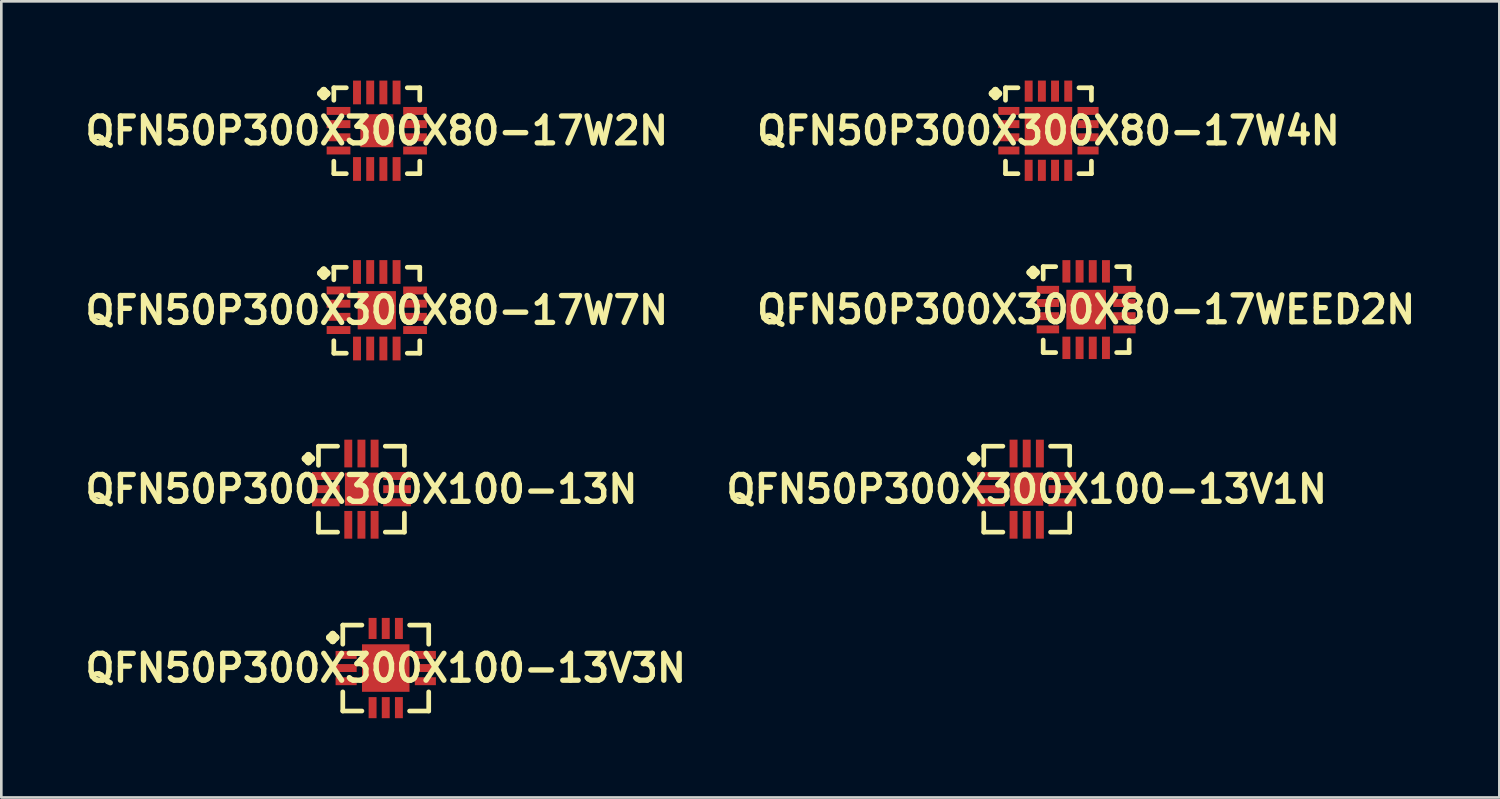
<source format=kicad_pcb>
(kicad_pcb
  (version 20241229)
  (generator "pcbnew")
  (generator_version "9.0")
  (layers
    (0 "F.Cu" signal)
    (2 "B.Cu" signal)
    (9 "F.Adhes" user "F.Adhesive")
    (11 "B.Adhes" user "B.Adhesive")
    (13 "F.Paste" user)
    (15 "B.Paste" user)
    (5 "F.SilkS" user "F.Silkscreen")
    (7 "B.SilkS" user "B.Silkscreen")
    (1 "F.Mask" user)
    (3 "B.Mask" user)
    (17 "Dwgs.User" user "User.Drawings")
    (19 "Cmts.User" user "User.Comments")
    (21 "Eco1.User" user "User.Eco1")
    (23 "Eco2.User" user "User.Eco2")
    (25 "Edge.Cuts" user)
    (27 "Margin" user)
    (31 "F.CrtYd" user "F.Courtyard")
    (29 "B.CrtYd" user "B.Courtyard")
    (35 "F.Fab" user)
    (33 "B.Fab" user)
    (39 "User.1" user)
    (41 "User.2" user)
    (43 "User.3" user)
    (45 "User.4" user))
  (footprint "QFN50P300X300X100-13V3N"
    (layer "F.Cu")
    (at 11.549 22.233)
    (property "Reference" "QFN50P300X300X100-13V3N" (at 0 0 0) (layer "F.SilkS") (effects (font (size 1.016 1.016) (thickness 0.203))))
    (attr smd)
    (fp_line (start -2.134 -1.156) (end -2.007 -1.283) (stroke (width 0.254) (type solid)) (layer "F.SilkS"))
    (fp_line (start -2.007 -1.283) (end -1.88 -1.156) (stroke (width 0.254) (type solid)) (layer "F.SilkS"))
    (fp_line (start -2.007 -1.029) (end -2.134 -1.156) (stroke (width 0.254) (type solid)) (layer "F.SilkS"))
    (fp_line (start -1.88 -1.156) (end -2.007 -1.029) (stroke (width 0.254) (type solid)) (layer "F.SilkS"))
    (fp_line (start -1.626 -1.626) (end -0.902 -1.626) (stroke (width 0.178) (type solid)) (layer "F.SilkS"))
    (fp_line (start -1.626 -0.902) (end -1.626 -1.626) (stroke (width 0.178) (type solid)) (layer "F.SilkS"))
    (fp_line (start -1.626 0.902) (end -1.626 1.626) (stroke (width 0.178) (type solid)) (layer "F.SilkS"))
    (fp_line (start -1.626 1.626) (end -0.902 1.626) (stroke (width 0.178) (type solid)) (layer "F.SilkS"))
    (fp_line (start 0.902 -1.626) (end 1.626 -1.626) (stroke (width 0.178) (type solid)) (layer "F.SilkS"))
    (fp_line (start 0.902 1.626) (end 1.626 1.626) (stroke (width 0.178) (type solid)) (layer "F.SilkS"))
    (fp_line (start 1.626 -1.626) (end 1.626 -0.902) (stroke (width 0.178) (type solid)) (layer "F.SilkS"))
    (fp_line (start 1.626 1.626) (end 1.626 0.902) (stroke (width 0.178) (type solid)) (layer "F.SilkS"))
    (pad "1" smd rect (at -1.499 -0.498) (size 0.798 0.3) (layers "F.Cu" "F.Mask" "F.Paste"))
    (pad "2" smd rect (at -1.499 0) (size 0.798 0.3) (layers "F.Cu" "F.Mask" "F.Paste"))
    (pad "3" smd rect (at -1.499 0.498) (size 0.798 0.3) (layers "F.Cu" "F.Mask" "F.Paste"))
    (pad "4" smd rect (at -0.498 1.499) (size 0.3 0.798) (layers "F.Cu" "F.Mask" "F.Paste"))
    (pad "5" smd rect (at 0 1.499) (size 0.3 0.798) (layers "F.Cu" "F.Mask" "F.Paste"))
    (pad "6" smd rect (at 0.498 1.499) (size 0.3 0.798) (layers "F.Cu" "F.Mask" "F.Paste"))
    (pad "7" smd rect (at 1.499 0.498) (size 0.798 0.3) (layers "F.Cu" "F.Mask" "F.Paste"))
    (pad "8" smd rect (at 1.499 0) (size 0.798 0.3) (layers "F.Cu" "F.Mask" "F.Paste"))
    (pad "9" smd rect (at 1.499 -0.498) (size 0.798 0.3) (layers "F.Cu" "F.Mask" "F.Paste"))
    (pad "10" smd rect (at 0.498 -1.499) (size 0.3 0.798) (layers "F.Cu" "F.Mask" "F.Paste"))
    (pad "11" smd rect (at 0 -1.499) (size 0.3 0.798) (layers "F.Cu" "F.Mask" "F.Paste"))
    (pad "12" smd rect (at -0.498 -1.499) (size 0.3 0.798) (layers "F.Cu" "F.Mask" "F.Paste"))
    (pad "13" smd rect (at 0 0) (size 1.798 1.798) (layers "F.Cu" "F.Mask" "F.Paste")))
  (footprint "QFN50P300X300X80-17W2N"
    (layer "F.Cu")
    (at 11.21 1.897)
    (property "Reference" "QFN50P300X300X80-17W2N" (at 0 0 0) (layer "F.SilkS") (effects (font (size 1.016 1.016) (thickness 0.203))))
    (attr smd)
    (fp_line (start -2.134 -1.407) (end -2.007 -1.534) (stroke (width 0.254) (type solid)) (layer "F.SilkS"))
    (fp_line (start -2.007 -1.534) (end -1.88 -1.407) (stroke (width 0.254) (type solid)) (layer "F.SilkS"))
    (fp_line (start -2.007 -1.28) (end -2.134 -1.407) (stroke (width 0.254) (type solid)) (layer "F.SilkS"))
    (fp_line (start -1.88 -1.407) (end -2.007 -1.28) (stroke (width 0.254) (type solid)) (layer "F.SilkS"))
    (fp_line (start -1.626 -1.626) (end -1.153 -1.626) (stroke (width 0.178) (type solid)) (layer "F.SilkS"))
    (fp_line (start -1.626 -1.153) (end -1.626 -1.626) (stroke (width 0.178) (type solid)) (layer "F.SilkS"))
    (fp_line (start -1.626 1.153) (end -1.626 1.626) (stroke (width 0.178) (type solid)) (layer "F.SilkS"))
    (fp_line (start -1.626 1.626) (end -1.153 1.626) (stroke (width 0.178) (type solid)) (layer "F.SilkS"))
    (fp_line (start 1.153 -1.626) (end 1.626 -1.626) (stroke (width 0.178) (type solid)) (layer "F.SilkS"))
    (fp_line (start 1.153 1.626) (end 1.626 1.626) (stroke (width 0.178) (type solid)) (layer "F.SilkS"))
    (fp_line (start 1.626 -1.626) (end 1.626 -1.153) (stroke (width 0.178) (type solid)) (layer "F.SilkS"))
    (fp_line (start 1.626 1.626) (end 1.626 1.153) (stroke (width 0.178) (type solid)) (layer "F.SilkS"))
    (pad "1" smd rect (at -1.448 -0.749) (size 0.899 0.3) (layers "F.Cu" "F.Mask" "F.Paste"))
    (pad "2" smd rect (at -1.448 -0.249) (size 0.899 0.3) (layers "F.Cu" "F.Mask" "F.Paste"))
    (pad "3" smd rect (at -1.448 0.249) (size 0.899 0.3) (layers "F.Cu" "F.Mask" "F.Paste"))
    (pad "4" smd rect (at -1.448 0.749) (size 0.899 0.3) (layers "F.Cu" "F.Mask" "F.Paste"))
    (pad "5" smd rect (at -0.749 1.448) (size 0.3 0.899) (layers "F.Cu" "F.Mask" "F.Paste"))
    (pad "6" smd rect (at -0.249 1.448) (size 0.3 0.899) (layers "F.Cu" "F.Mask" "F.Paste"))
    (pad "7" smd rect (at 0.249 1.448) (size 0.3 0.899) (layers "F.Cu" "F.Mask" "F.Paste"))
    (pad "8" smd rect (at 0.749 1.448) (size 0.3 0.899) (layers "F.Cu" "F.Mask" "F.Paste"))
    (pad "9" smd rect (at 1.448 0.749) (size 0.899 0.3) (layers "F.Cu" "F.Mask" "F.Paste"))
    (pad "10" smd rect (at 1.448 0.249) (size 0.899 0.3) (layers "F.Cu" "F.Mask" "F.Paste"))
    (pad "11" smd rect (at 1.448 -0.249) (size 0.899 0.3) (layers "F.Cu" "F.Mask" "F.Paste"))
    (pad "12" smd rect (at 1.448 -0.749) (size 0.899 0.3) (layers "F.Cu" "F.Mask" "F.Paste"))
    (pad "13" smd rect (at 0.749 -1.448) (size 0.3 0.899) (layers "F.Cu" "F.Mask" "F.Paste"))
    (pad "14" smd rect (at 0.249 -1.448) (size 0.3 0.899) (layers "F.Cu" "F.Mask" "F.Paste"))
    (pad "15" smd rect (at -0.249 -1.448) (size 0.3 0.899) (layers "F.Cu" "F.Mask" "F.Paste"))
    (pad "16" smd rect (at -0.749 -1.448) (size 0.3 0.899) (layers "F.Cu" "F.Mask" "F.Paste"))
    (pad "17" smd rect (at 0 0) (size 1.25 1.25) (layers "F.Cu" "F.Mask" "F.Paste")))
  (footprint "QFN50P300X300X100-13V1N"
    (layer "F.Cu")
    (at 35.807 15.463)
    (property "Reference" "QFN50P300X300X100-13V1N" (at 0 0 0) (layer "F.SilkS") (effects (font (size 1.016 1.016) (thickness 0.203))))
    (attr smd)
    (fp_line (start -2.134 -1.156) (end -2.007 -1.283) (stroke (width 0.254) (type solid)) (layer "F.SilkS"))
    (fp_line (start -2.007 -1.283) (end -1.88 -1.156) (stroke (width 0.254) (type solid)) (layer "F.SilkS"))
    (fp_line (start -2.007 -1.029) (end -2.134 -1.156) (stroke (width 0.254) (type solid)) (layer "F.SilkS"))
    (fp_line (start -1.88 -1.156) (end -2.007 -1.029) (stroke (width 0.254) (type solid)) (layer "F.SilkS"))
    (fp_line (start -1.626 -1.626) (end -0.902 -1.626) (stroke (width 0.178) (type solid)) (layer "F.SilkS"))
    (fp_line (start -1.626 -0.902) (end -1.626 -1.626) (stroke (width 0.178) (type solid)) (layer "F.SilkS"))
    (fp_line (start -1.626 0.902) (end -1.626 1.626) (stroke (width 0.178) (type solid)) (layer "F.SilkS"))
    (fp_line (start -1.626 1.626) (end -0.902 1.626) (stroke (width 0.178) (type solid)) (layer "F.SilkS"))
    (fp_line (start 0.902 -1.626) (end 1.626 -1.626) (stroke (width 0.178) (type solid)) (layer "F.SilkS"))
    (fp_line (start 0.902 1.626) (end 1.626 1.626) (stroke (width 0.178) (type solid)) (layer "F.SilkS"))
    (fp_line (start 1.626 -1.626) (end 1.626 -0.902) (stroke (width 0.178) (type solid)) (layer "F.SilkS"))
    (fp_line (start 1.626 1.626) (end 1.626 0.902) (stroke (width 0.178) (type solid)) (layer "F.SilkS"))
    (pad "1" smd rect (at -1.349 -0.498) (size 1.049 0.3) (layers "F.Cu" "F.Mask" "F.Paste"))
    (pad "2" smd rect (at -1.349 0) (size 1.049 0.3) (layers "F.Cu" "F.Mask" "F.Paste"))
    (pad "3" smd rect (at -1.349 0.498) (size 1.049 0.3) (layers "F.Cu" "F.Mask" "F.Paste"))
    (pad "4" smd rect (at -0.498 1.349) (size 0.3 1.049) (layers "F.Cu" "F.Mask" "F.Paste"))
    (pad "5" smd rect (at 0 1.349) (size 0.3 1.049) (layers "F.Cu" "F.Mask" "F.Paste"))
    (pad "6" smd rect (at 0.498 1.349) (size 0.3 1.049) (layers "F.Cu" "F.Mask" "F.Paste"))
    (pad "7" smd rect (at 1.349 0.498) (size 1.049 0.3) (layers "F.Cu" "F.Mask" "F.Paste"))
    (pad "8" smd rect (at 1.349 0) (size 1.049 0.3) (layers "F.Cu" "F.Mask" "F.Paste"))
    (pad "9" smd rect (at 1.349 -0.498) (size 1.049 0.3) (layers "F.Cu" "F.Mask" "F.Paste"))
    (pad "10" smd rect (at 0.498 -1.349) (size 0.3 1.049) (layers "F.Cu" "F.Mask" "F.Paste"))
    (pad "11" smd rect (at 0 -1.349) (size 0.3 1.049) (layers "F.Cu" "F.Mask" "F.Paste"))
    (pad "12" smd rect (at -0.498 -1.349) (size 0.3 1.049) (layers "F.Cu" "F.Mask" "F.Paste"))
    (pad "13" smd rect (at 0 0) (size 1.25 1.25) (layers "F.Cu" "F.Mask" "F.Paste")))
  (footprint "QFN50P300X300X80-17W4N"
    (layer "F.Cu")
    (at 36.63 1.897)
    (property "Reference" "QFN50P300X300X80-17W4N" (at 0 0 0) (layer "F.SilkS") (effects (font (size 1.016 1.016) (thickness 0.203))))
    (attr smd)
    (fp_line (start -2.134 -1.407) (end -2.007 -1.534) (stroke (width 0.254) (type solid)) (layer "F.SilkS"))
    (fp_line (start -2.007 -1.534) (end -1.88 -1.407) (stroke (width 0.254) (type solid)) (layer "F.SilkS"))
    (fp_line (start -2.007 -1.28) (end -2.134 -1.407) (stroke (width 0.254) (type solid)) (layer "F.SilkS"))
    (fp_line (start -1.88 -1.407) (end -2.007 -1.28) (stroke (width 0.254) (type solid)) (layer "F.SilkS"))
    (fp_line (start -1.626 -1.626) (end -1.153 -1.626) (stroke (width 0.178) (type solid)) (layer "F.SilkS"))
    (fp_line (start -1.626 -1.153) (end -1.626 -1.626) (stroke (width 0.178) (type solid)) (layer "F.SilkS"))
    (fp_line (start -1.626 1.153) (end -1.626 1.626) (stroke (width 0.178) (type solid)) (layer "F.SilkS"))
    (fp_line (start -1.626 1.626) (end -1.153 1.626) (stroke (width 0.178) (type solid)) (layer "F.SilkS"))
    (fp_line (start 1.153 -1.626) (end 1.626 -1.626) (stroke (width 0.178) (type solid)) (layer "F.SilkS"))
    (fp_line (start 1.153 1.626) (end 1.626 1.626) (stroke (width 0.178) (type solid)) (layer "F.SilkS"))
    (fp_line (start 1.626 -1.626) (end 1.626 -1.153) (stroke (width 0.178) (type solid)) (layer "F.SilkS"))
    (fp_line (start 1.626 1.626) (end 1.626 1.153) (stroke (width 0.178) (type solid)) (layer "F.SilkS"))
    (pad "1" smd rect (at -1.499 -0.749) (size 0.798 0.3) (layers "F.Cu" "F.Mask" "F.Paste"))
    (pad "2" smd rect (at -1.499 -0.249) (size 0.798 0.3) (layers "F.Cu" "F.Mask" "F.Paste"))
    (pad "3" smd rect (at -1.499 0.249) (size 0.798 0.3) (layers "F.Cu" "F.Mask" "F.Paste"))
    (pad "4" smd rect (at -1.499 0.749) (size 0.798 0.3) (layers "F.Cu" "F.Mask" "F.Paste"))
    (pad "5" smd rect (at -0.749 1.499) (size 0.3 0.798) (layers "F.Cu" "F.Mask" "F.Paste"))
    (pad "6" smd rect (at -0.249 1.499) (size 0.3 0.798) (layers "F.Cu" "F.Mask" "F.Paste"))
    (pad "7" smd rect (at 0.249 1.499) (size 0.3 0.798) (layers "F.Cu" "F.Mask" "F.Paste"))
    (pad "8" smd rect (at 0.749 1.499) (size 0.3 0.798) (layers "F.Cu" "F.Mask" "F.Paste"))
    (pad "9" smd rect (at 1.499 0.749) (size 0.798 0.3) (layers "F.Cu" "F.Mask" "F.Paste"))
    (pad "10" smd rect (at 1.499 0.249) (size 0.798 0.3) (layers "F.Cu" "F.Mask" "F.Paste"))
    (pad "11" smd rect (at 1.499 -0.249) (size 0.798 0.3) (layers "F.Cu" "F.Mask" "F.Paste"))
    (pad "12" smd rect (at 1.499 -0.749) (size 0.798 0.3) (layers "F.Cu" "F.Mask" "F.Paste"))
    (pad "13" smd rect (at 0.749 -1.499) (size 0.3 0.798) (layers "F.Cu" "F.Mask" "F.Paste"))
    (pad "14" smd rect (at 0.249 -1.499) (size 0.3 0.798) (layers "F.Cu" "F.Mask" "F.Paste"))
    (pad "15" smd rect (at -0.249 -1.499) (size 0.3 0.798) (layers "F.Cu" "F.Mask" "F.Paste"))
    (pad "16" smd rect (at -0.749 -1.499) (size 0.3 0.798) (layers "F.Cu" "F.Mask" "F.Paste"))
    (pad "17" smd rect (at 0 0) (size 1.798 1.798) (layers "F.Cu" "F.Mask" "F.Paste")))
  (footprint "QFN50P300X300X80-17WEED2N"
    (layer "F.Cu")
    (at 38.057 8.667)
    (property "Reference" "QFN50P300X300X80-17WEED2N" (at 0 0 0) (layer "F.SilkS") (effects (font (size 1.016 1.016) (thickness 0.203))))
    (attr smd)
    (fp_line (start -2.134 -1.407) (end -2.007 -1.534) (stroke (width 0.254) (type solid)) (layer "F.SilkS"))
    (fp_line (start -2.007 -1.534) (end -1.88 -1.407) (stroke (width 0.254) (type solid)) (layer "F.SilkS"))
    (fp_line (start -2.007 -1.28) (end -2.134 -1.407) (stroke (width 0.254) (type solid)) (layer "F.SilkS"))
    (fp_line (start -1.88 -1.407) (end -2.007 -1.28) (stroke (width 0.254) (type solid)) (layer "F.SilkS"))
    (fp_line (start -1.626 -1.626) (end -1.153 -1.626) (stroke (width 0.178) (type solid)) (layer "F.SilkS"))
    (fp_line (start -1.626 -1.153) (end -1.626 -1.626) (stroke (width 0.178) (type solid)) (layer "F.SilkS"))
    (fp_line (start -1.626 1.153) (end -1.626 1.626) (stroke (width 0.178) (type solid)) (layer "F.SilkS"))
    (fp_line (start -1.626 1.626) (end -1.153 1.626) (stroke (width 0.178) (type solid)) (layer "F.SilkS"))
    (fp_line (start 1.153 -1.626) (end 1.626 -1.626) (stroke (width 0.178) (type solid)) (layer "F.SilkS"))
    (fp_line (start 1.153 1.626) (end 1.626 1.626) (stroke (width 0.178) (type solid)) (layer "F.SilkS"))
    (fp_line (start 1.626 -1.626) (end 1.626 -1.153) (stroke (width 0.178) (type solid)) (layer "F.SilkS"))
    (fp_line (start 1.626 1.626) (end 1.626 1.153) (stroke (width 0.178) (type solid)) (layer "F.SilkS"))
    (pad "1" smd rect (at -1.448 -0.749) (size 0.848 0.3) (layers "F.Cu" "F.Mask" "F.Paste"))
    (pad "2" smd rect (at -1.448 -0.249) (size 0.848 0.3) (layers "F.Cu" "F.Mask" "F.Paste"))
    (pad "3" smd rect (at -1.448 0.249) (size 0.848 0.3) (layers "F.Cu" "F.Mask" "F.Paste"))
    (pad "4" smd rect (at -1.448 0.749) (size 0.848 0.3) (layers "F.Cu" "F.Mask" "F.Paste"))
    (pad "5" smd rect (at -0.749 1.448) (size 0.3 0.848) (layers "F.Cu" "F.Mask" "F.Paste"))
    (pad "6" smd rect (at -0.249 1.448) (size 0.3 0.848) (layers "F.Cu" "F.Mask" "F.Paste"))
    (pad "7" smd rect (at 0.249 1.448) (size 0.3 0.848) (layers "F.Cu" "F.Mask" "F.Paste"))
    (pad "8" smd rect (at 0.749 1.448) (size 0.3 0.848) (layers "F.Cu" "F.Mask" "F.Paste"))
    (pad "9" smd rect (at 1.448 0.749) (size 0.848 0.3) (layers "F.Cu" "F.Mask" "F.Paste"))
    (pad "10" smd rect (at 1.448 0.249) (size 0.848 0.3) (layers "F.Cu" "F.Mask" "F.Paste"))
    (pad "11" smd rect (at 1.448 -0.249) (size 0.848 0.3) (layers "F.Cu" "F.Mask" "F.Paste"))
    (pad "12" smd rect (at 1.448 -0.749) (size 0.848 0.3) (layers "F.Cu" "F.Mask" "F.Paste"))
    (pad "13" smd rect (at 0.749 -1.448) (size 0.3 0.848) (layers "F.Cu" "F.Mask" "F.Paste"))
    (pad "14" smd rect (at 0.249 -1.448) (size 0.3 0.848) (layers "F.Cu" "F.Mask" "F.Paste"))
    (pad "15" smd rect (at -0.249 -1.448) (size 0.3 0.848) (layers "F.Cu" "F.Mask" "F.Paste"))
    (pad "16" smd rect (at -0.749 -1.448) (size 0.3 0.848) (layers "F.Cu" "F.Mask" "F.Paste"))
    (pad "17" smd rect (at 0 0) (size 1.499 1.499) (layers "F.Cu" "F.Mask" "F.Paste")))
  (footprint "QFN50P300X300X80-17W7N"
    (layer "F.Cu")
    (at 11.21 8.692)
    (property "Reference" "QFN50P300X300X80-17W7N" (at 0 0 0) (layer "F.SilkS") (effects (font (size 1.016 1.016) (thickness 0.203))))
    (attr smd)
    (fp_line (start -2.134 -1.407) (end -2.007 -1.534) (stroke (width 0.254) (type solid)) (layer "F.SilkS"))
    (fp_line (start -2.007 -1.534) (end -1.88 -1.407) (stroke (width 0.254) (type solid)) (layer "F.SilkS"))
    (fp_line (start -2.007 -1.28) (end -2.134 -1.407) (stroke (width 0.254) (type solid)) (layer "F.SilkS"))
    (fp_line (start -1.88 -1.407) (end -2.007 -1.28) (stroke (width 0.254) (type solid)) (layer "F.SilkS"))
    (fp_line (start -1.626 -1.626) (end -1.153 -1.626) (stroke (width 0.178) (type solid)) (layer "F.SilkS"))
    (fp_line (start -1.626 -1.153) (end -1.626 -1.626) (stroke (width 0.178) (type solid)) (layer "F.SilkS"))
    (fp_line (start -1.626 1.153) (end -1.626 1.626) (stroke (width 0.178) (type solid)) (layer "F.SilkS"))
    (fp_line (start -1.626 1.626) (end -1.153 1.626) (stroke (width 0.178) (type solid)) (layer "F.SilkS"))
    (fp_line (start 1.153 -1.626) (end 1.626 -1.626) (stroke (width 0.178) (type solid)) (layer "F.SilkS"))
    (fp_line (start 1.153 1.626) (end 1.626 1.626) (stroke (width 0.178) (type solid)) (layer "F.SilkS"))
    (fp_line (start 1.626 -1.626) (end 1.626 -1.153) (stroke (width 0.178) (type solid)) (layer "F.SilkS"))
    (fp_line (start 1.626 1.626) (end 1.626 1.153) (stroke (width 0.178) (type solid)) (layer "F.SilkS"))
    (pad "1" smd rect (at -1.448 -0.749) (size 0.899 0.3) (layers "F.Cu" "F.Mask" "F.Paste"))
    (pad "2" smd rect (at -1.448 -0.249) (size 0.899 0.3) (layers "F.Cu" "F.Mask" "F.Paste"))
    (pad "3" smd rect (at -1.448 0.249) (size 0.899 0.3) (layers "F.Cu" "F.Mask" "F.Paste"))
    (pad "4" smd rect (at -1.448 0.749) (size 0.899 0.3) (layers "F.Cu" "F.Mask" "F.Paste"))
    (pad "5" smd rect (at -0.749 1.448) (size 0.3 0.899) (layers "F.Cu" "F.Mask" "F.Paste"))
    (pad "6" smd rect (at -0.249 1.448) (size 0.3 0.899) (layers "F.Cu" "F.Mask" "F.Paste"))
    (pad "7" smd rect (at 0.249 1.448) (size 0.3 0.899) (layers "F.Cu" "F.Mask" "F.Paste"))
    (pad "8" smd rect (at 0.749 1.448) (size 0.3 0.899) (layers "F.Cu" "F.Mask" "F.Paste"))
    (pad "9" smd rect (at 1.448 0.749) (size 0.899 0.3) (layers "F.Cu" "F.Mask" "F.Paste"))
    (pad "10" smd rect (at 1.448 0.249) (size 0.899 0.3) (layers "F.Cu" "F.Mask" "F.Paste"))
    (pad "11" smd rect (at 1.448 -0.249) (size 0.899 0.3) (layers "F.Cu" "F.Mask" "F.Paste"))
    (pad "12" smd rect (at 1.448 -0.749) (size 0.899 0.3) (layers "F.Cu" "F.Mask" "F.Paste"))
    (pad "13" smd rect (at 0.749 -1.448) (size 0.3 0.899) (layers "F.Cu" "F.Mask" "F.Paste"))
    (pad "14" smd rect (at 0.249 -1.448) (size 0.3 0.899) (layers "F.Cu" "F.Mask" "F.Paste"))
    (pad "15" smd rect (at -0.249 -1.448) (size 0.3 0.899) (layers "F.Cu" "F.Mask" "F.Paste"))
    (pad "16" smd rect (at -0.749 -1.448) (size 0.3 0.899) (layers "F.Cu" "F.Mask" "F.Paste"))
    (pad "17" smd rect (at 0 0) (size 1.448 1.448) (layers "F.Cu" "F.Mask" "F.Paste")))
  (footprint "QFN50P300X300X100-13N"
    (layer "F.Cu")
    (at 10.629 15.463)
    (property "Reference" "QFN50P300X300X100-13N" (at 0 0 0) (layer "F.SilkS") (effects (font (size 1.016 1.016) (thickness 0.203))))
    (attr smd)
    (fp_line (start -2.134 -1.156) (end -2.007 -1.283) (stroke (width 0.254) (type solid)) (layer "F.SilkS"))
    (fp_line (start -2.007 -1.283) (end -1.88 -1.156) (stroke (width 0.254) (type solid)) (layer "F.SilkS"))
    (fp_line (start -2.007 -1.029) (end -2.134 -1.156) (stroke (width 0.254) (type solid)) (layer "F.SilkS"))
    (fp_line (start -1.88 -1.156) (end -2.007 -1.029) (stroke (width 0.254) (type solid)) (layer "F.SilkS"))
    (fp_line (start -1.626 -1.626) (end -0.902 -1.626) (stroke (width 0.178) (type solid)) (layer "F.SilkS"))
    (fp_line (start -1.626 -0.902) (end -1.626 -1.626) (stroke (width 0.178) (type solid)) (layer "F.SilkS"))
    (fp_line (start -1.626 0.902) (end -1.626 1.626) (stroke (width 0.178) (type solid)) (layer "F.SilkS"))
    (fp_line (start -1.626 1.626) (end -0.902 1.626) (stroke (width 0.178) (type solid)) (layer "F.SilkS"))
    (fp_line (start 0.902 -1.626) (end 1.626 -1.626) (stroke (width 0.178) (type solid)) (layer "F.SilkS"))
    (fp_line (start 0.902 1.626) (end 1.626 1.626) (stroke (width 0.178) (type solid)) (layer "F.SilkS"))
    (fp_line (start 1.626 -1.626) (end 1.626 -0.902) (stroke (width 0.178) (type solid)) (layer "F.SilkS"))
    (fp_line (start 1.626 1.626) (end 1.626 0.902) (stroke (width 0.178) (type solid)) (layer "F.SilkS"))
    (pad "1" smd rect (at -1.349 -0.498) (size 1.049 0.3) (layers "F.Cu" "F.Mask" "F.Paste"))
    (pad "2" smd rect (at -1.349 0) (size 1.049 0.3) (layers "F.Cu" "F.Mask" "F.Paste"))
    (pad "3" smd rect (at -1.349 0.498) (size 1.049 0.3) (layers "F.Cu" "F.Mask" "F.Paste"))
    (pad "4" smd rect (at -0.498 1.349) (size 0.3 1.049) (layers "F.Cu" "F.Mask" "F.Paste"))
    (pad "5" smd rect (at 0 1.349) (size 0.3 1.049) (layers "F.Cu" "F.Mask" "F.Paste"))
    (pad "6" smd rect (at 0.498 1.349) (size 0.3 1.049) (layers "F.Cu" "F.Mask" "F.Paste"))
    (pad "7" smd rect (at 1.349 0.498) (size 1.049 0.3) (layers "F.Cu" "F.Mask" "F.Paste"))
    (pad "8" smd rect (at 1.349 0) (size 1.049 0.3) (layers "F.Cu" "F.Mask" "F.Paste"))
    (pad "9" smd rect (at 1.349 -0.498) (size 1.049 0.3) (layers "F.Cu" "F.Mask" "F.Paste"))
    (pad "10" smd rect (at 0.498 -1.349) (size 0.3 1.049) (layers "F.Cu" "F.Mask" "F.Paste"))
    (pad "11" smd rect (at 0 -1.349) (size 0.3 1.049) (layers "F.Cu" "F.Mask" "F.Paste"))
    (pad "12" smd rect (at -0.498 -1.349) (size 0.3 1.049) (layers "F.Cu" "F.Mask" "F.Paste"))
    (pad "13" smd rect (at 0 0) (size 1.25 1.25) (layers "F.Cu" "F.Mask" "F.Paste")))
  (gr_rect
    (start -3 -3)
    (end 53.694 27.131)
    (stroke (width 0.1) (type default))
    (fill no)
    (layer "Edge.Cuts")))
</source>
